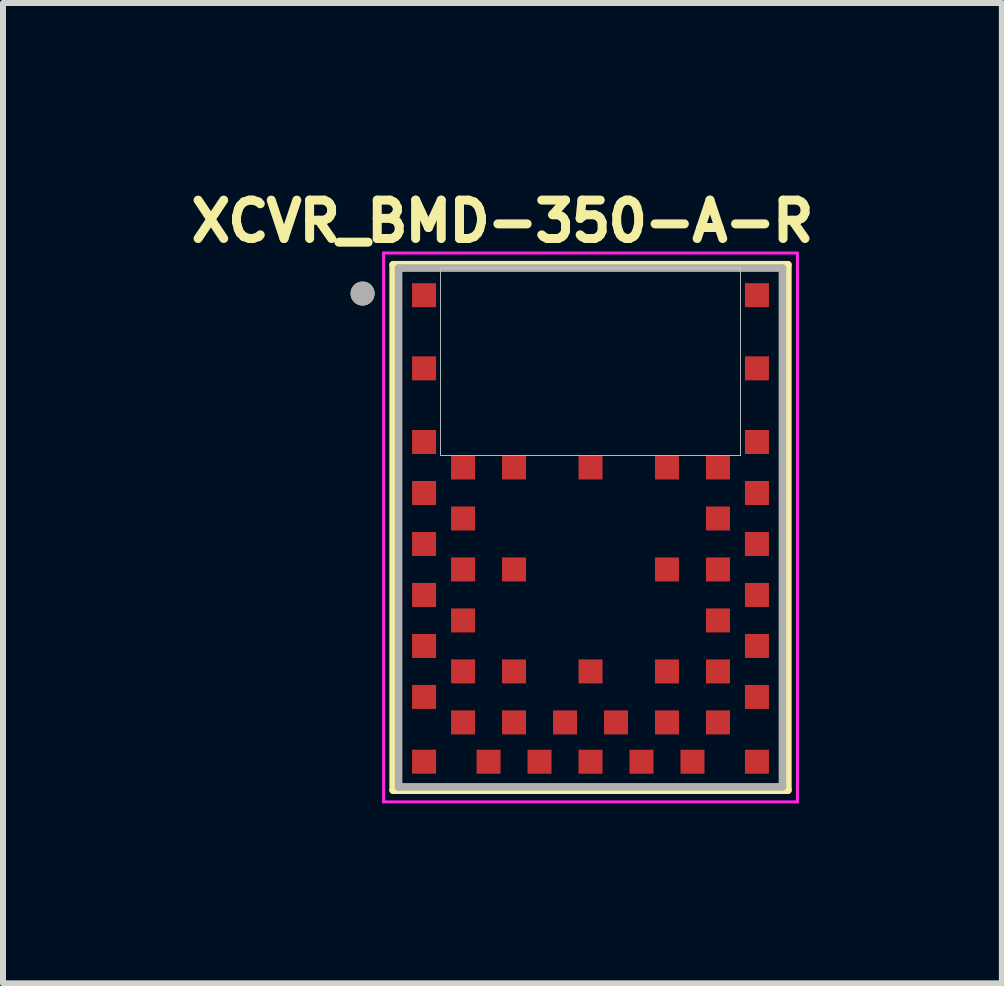
<source format=kicad_pcb>
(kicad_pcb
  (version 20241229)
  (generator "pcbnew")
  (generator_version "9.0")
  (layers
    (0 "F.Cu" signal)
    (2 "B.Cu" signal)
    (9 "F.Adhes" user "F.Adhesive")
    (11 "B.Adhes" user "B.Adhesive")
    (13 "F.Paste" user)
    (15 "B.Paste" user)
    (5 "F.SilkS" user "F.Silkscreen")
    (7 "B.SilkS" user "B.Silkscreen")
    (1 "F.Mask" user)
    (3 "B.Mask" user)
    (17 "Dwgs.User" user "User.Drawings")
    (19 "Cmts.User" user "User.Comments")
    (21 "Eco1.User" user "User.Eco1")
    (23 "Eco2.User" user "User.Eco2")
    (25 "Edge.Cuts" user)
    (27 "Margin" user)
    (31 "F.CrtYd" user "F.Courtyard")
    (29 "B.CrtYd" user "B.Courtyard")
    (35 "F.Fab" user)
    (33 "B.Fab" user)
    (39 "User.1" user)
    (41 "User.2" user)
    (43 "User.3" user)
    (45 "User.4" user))
  (footprint "XCVR_BMD-350-A-R"
    (layer "F.Cu")
    (at 6.795 5.744)
    (property "Reference" "XCVR_BMD-350-A-R" (at -1.468 -5.106 0) (layer "F.SilkS") (effects (font (size 0.64 0.64) (thickness 0.15))))
    (attr through_hole)
    (fp_line (start -3.29 -4.38) (end -3.29 4.38) (stroke (width 0.127) (type solid)) (layer "F.SilkS"))
    (fp_line (start -3.29 4.38) (end 3.29 4.38) (stroke (width 0.127) (type solid)) (layer "F.SilkS"))
    (fp_line (start 3.29 -4.38) (end -3.29 -4.38) (stroke (width 0.127) (type solid)) (layer "F.SilkS"))
    (fp_line (start 3.29 4.38) (end 3.29 -4.38) (stroke (width 0.127) (type solid)) (layer "F.SilkS"))
    (fp_circle (center -3.8 -3.9) (end -3.7 -3.9) (stroke (width 0.2) (type solid)) (fill no) (layer "F.SilkS"))
    (fp_poly (pts (xy -2.5 -4.325) (xy 2.5 -4.325) (xy 2.5 -1.2) (xy -2.5 -1.2)) (stroke (width 0.01) (type solid)) (fill no) (layer "Dwgs.User"))
    (fp_poly (pts (xy -2.5 -4.325) (xy 2.5 -4.325) (xy 2.5 -1.2) (xy -2.5 -1.2)) (stroke (width 0.01) (type solid)) (fill no) (layer "Dwgs.User"))
    (fp_poly (pts (xy -2.5 -4.325) (xy 2.5 -4.325) (xy 2.5 -1.2) (xy -2.5 -1.2)) (stroke (width 0.01) (type solid)) (fill no) (layer "Dwgs.User"))
    (fp_line (start -3.45 -4.575) (end 3.45 -4.575) (stroke (width 0.05) (type solid)) (layer "F.CrtYd"))
    (fp_line (start -3.45 4.575) (end -3.45 -4.575) (stroke (width 0.05) (type solid)) (layer "F.CrtYd"))
    (fp_line (start 3.45 -4.575) (end 3.45 4.575) (stroke (width 0.05) (type solid)) (layer "F.CrtYd"))
    (fp_line (start 3.45 4.575) (end -3.45 4.575) (stroke (width 0.05) (type solid)) (layer "F.CrtYd"))
    (fp_line (start -3.2 -4.325) (end -3.2 4.325) (stroke (width 0.127) (type solid)) (layer "F.Fab"))
    (fp_line (start -3.2 4.325) (end 3.2 4.325) (stroke (width 0.127) (type solid)) (layer "F.Fab"))
    (fp_line (start 3.2 -4.325) (end -3.2 -4.325) (stroke (width 0.127) (type solid)) (layer "F.Fab"))
    (fp_line (start 3.2 4.325) (end 3.2 -4.325) (stroke (width 0.127) (type solid)) (layer "F.Fab"))
    (fp_circle (center -3.8 -3.9) (end -3.7 -3.9) (stroke (width 0.2) (type solid)) (fill no) (layer "F.Fab"))
    (pad "1" smd rect (at -2.775 -3.873) (size 0.4 0.4) (layers "F.Cu" "F.Mask" "F.Paste"))
    (pad "2" smd rect (at -2.775 -2.653) (size 0.4 0.4) (layers "F.Cu" "F.Mask" "F.Paste"))
    (pad "3" smd rect (at -2.775 -1.425) (size 0.4 0.4) (layers "F.Cu" "F.Mask" "F.Paste"))
    (pad "4" smd rect (at -2.125 -1) (size 0.4 0.4) (layers "F.Cu" "F.Mask" "F.Paste"))
    (pad "5" smd rect (at -2.775 -0.575) (size 0.4 0.4) (layers "F.Cu" "F.Mask" "F.Paste"))
    (pad "6" smd rect (at -2.125 -0.15) (size 0.4 0.4) (layers "F.Cu" "F.Mask" "F.Paste"))
    (pad "7" smd rect (at -2.775 0.275) (size 0.4 0.4) (layers "F.Cu" "F.Mask" "F.Paste"))
    (pad "8" smd rect (at -2.125 0.7) (size 0.4 0.4) (layers "F.Cu" "F.Mask" "F.Paste"))
    (pad "9" smd rect (at -2.775 1.125) (size 0.4 0.4) (layers "F.Cu" "F.Mask" "F.Paste"))
    (pad "10" smd rect (at -2.125 1.55) (size 0.4 0.4) (layers "F.Cu" "F.Mask" "F.Paste"))
    (pad "11" smd rect (at -2.775 1.975) (size 0.4 0.4) (layers "F.Cu" "F.Mask" "F.Paste"))
    (pad "12" smd rect (at -2.125 2.4) (size 0.4 0.4) (layers "F.Cu" "F.Mask" "F.Paste"))
    (pad "13" smd rect (at -2.775 2.825) (size 0.4 0.4) (layers "F.Cu" "F.Mask" "F.Paste"))
    (pad "14" smd rect (at -2.125 3.25) (size 0.4 0.4) (layers "F.Cu" "F.Mask" "F.Paste"))
    (pad "15" smd rect (at -2.775 3.905) (size 0.4 0.4) (layers "F.Cu" "F.Mask" "F.Paste"))
    (pad "16" smd rect (at -1.7 3.905) (size 0.4 0.4) (layers "F.Cu" "F.Mask" "F.Paste"))
    (pad "17" smd rect (at -1.275 3.25) (size 0.4 0.4) (layers "F.Cu" "F.Mask" "F.Paste"))
    (pad "18" smd rect (at -0.85 3.905) (size 0.4 0.4) (layers "F.Cu" "F.Mask" "F.Paste"))
    (pad "19" smd rect (at -0.425 3.25) (size 0.4 0.4) (layers "F.Cu" "F.Mask" "F.Paste"))
    (pad "20" smd rect (at 0 3.905) (size 0.4 0.4) (layers "F.Cu" "F.Mask" "F.Paste"))
    (pad "21" smd rect (at 0.425 3.25) (size 0.4 0.4) (layers "F.Cu" "F.Mask" "F.Paste"))
    (pad "22" smd rect (at 0.85 3.905) (size 0.4 0.4) (layers "F.Cu" "F.Mask" "F.Paste"))
    (pad "23" smd rect (at 1.275 3.25) (size 0.4 0.4) (layers "F.Cu" "F.Mask" "F.Paste"))
    (pad "24" smd rect (at 1.7 3.905) (size 0.4 0.4) (layers "F.Cu" "F.Mask" "F.Paste"))
    (pad "25" smd rect (at 2.125 3.25) (size 0.4 0.4) (layers "F.Cu" "F.Mask" "F.Paste"))
    (pad "26" smd rect (at 2.775 3.905) (size 0.4 0.4) (layers "F.Cu" "F.Mask" "F.Paste"))
    (pad "27" smd rect (at 2.775 2.825) (size 0.4 0.4) (layers "F.Cu" "F.Mask" "F.Paste"))
    (pad "28" smd rect (at 2.125 2.4) (size 0.4 0.4) (layers "F.Cu" "F.Mask" "F.Paste"))
    (pad "29" smd rect (at 2.775 1.975) (size 0.4 0.4) (layers "F.Cu" "F.Mask" "F.Paste"))
    (pad "30" smd rect (at 2.125 1.55) (size 0.4 0.4) (layers "F.Cu" "F.Mask" "F.Paste"))
    (pad "31" smd rect (at 2.775 1.125) (size 0.4 0.4) (layers "F.Cu" "F.Mask" "F.Paste"))
    (pad "32" smd rect (at 2.125 0.7) (size 0.4 0.4) (layers "F.Cu" "F.Mask" "F.Paste"))
    (pad "33" smd rect (at 2.775 0.275) (size 0.4 0.4) (layers "F.Cu" "F.Mask" "F.Paste"))
    (pad "34" smd rect (at 2.125 -0.15) (size 0.4 0.4) (layers "F.Cu" "F.Mask" "F.Paste"))
    (pad "35" smd rect (at 2.775 -0.575) (size 0.4 0.4) (layers "F.Cu" "F.Mask" "F.Paste"))
    (pad "36" smd rect (at 2.125 -1) (size 0.4 0.4) (layers "F.Cu" "F.Mask" "F.Paste"))
    (pad "37" smd rect (at 2.775 -1.425) (size 0.4 0.4) (layers "F.Cu" "F.Mask" "F.Paste"))
    (pad "38" smd rect (at 2.775 -2.653) (size 0.4 0.4) (layers "F.Cu" "F.Mask" "F.Paste"))
    (pad "39" smd rect (at 2.775 -3.873) (size 0.4 0.4) (layers "F.Cu" "F.Mask" "F.Paste"))
    (pad "40" smd rect (at -1.275 -1) (size 0.4 0.4) (layers "F.Cu" "F.Mask" "F.Paste"))
    (pad "41" smd rect (at -1.275 0.7) (size 0.4 0.4) (layers "F.Cu" "F.Mask" "F.Paste"))
    (pad "42" smd rect (at -1.275 2.4) (size 0.4 0.4) (layers "F.Cu" "F.Mask" "F.Paste"))
    (pad "43" smd rect (at 0 2.4) (size 0.4 0.4) (layers "F.Cu" "F.Mask" "F.Paste"))
    (pad "44" smd rect (at 1.275 2.4) (size 0.4 0.4) (layers "F.Cu" "F.Mask" "F.Paste"))
    (pad "45" smd rect (at 1.275 0.7) (size 0.4 0.4) (layers "F.Cu" "F.Mask" "F.Paste"))
    (pad "46" smd rect (at 1.275 -1) (size 0.4 0.4) (layers "F.Cu" "F.Mask" "F.Paste"))
    (pad "47" smd rect (at 0 -1) (size 0.4 0.4) (layers "F.Cu" "F.Mask" "F.Paste")))
  (gr_rect
    (start -3 -3)
    (end 13.653 13.344)
    (stroke (width 0.1) (type default))
    (fill no)
    (layer "Edge.Cuts")))
</source>
